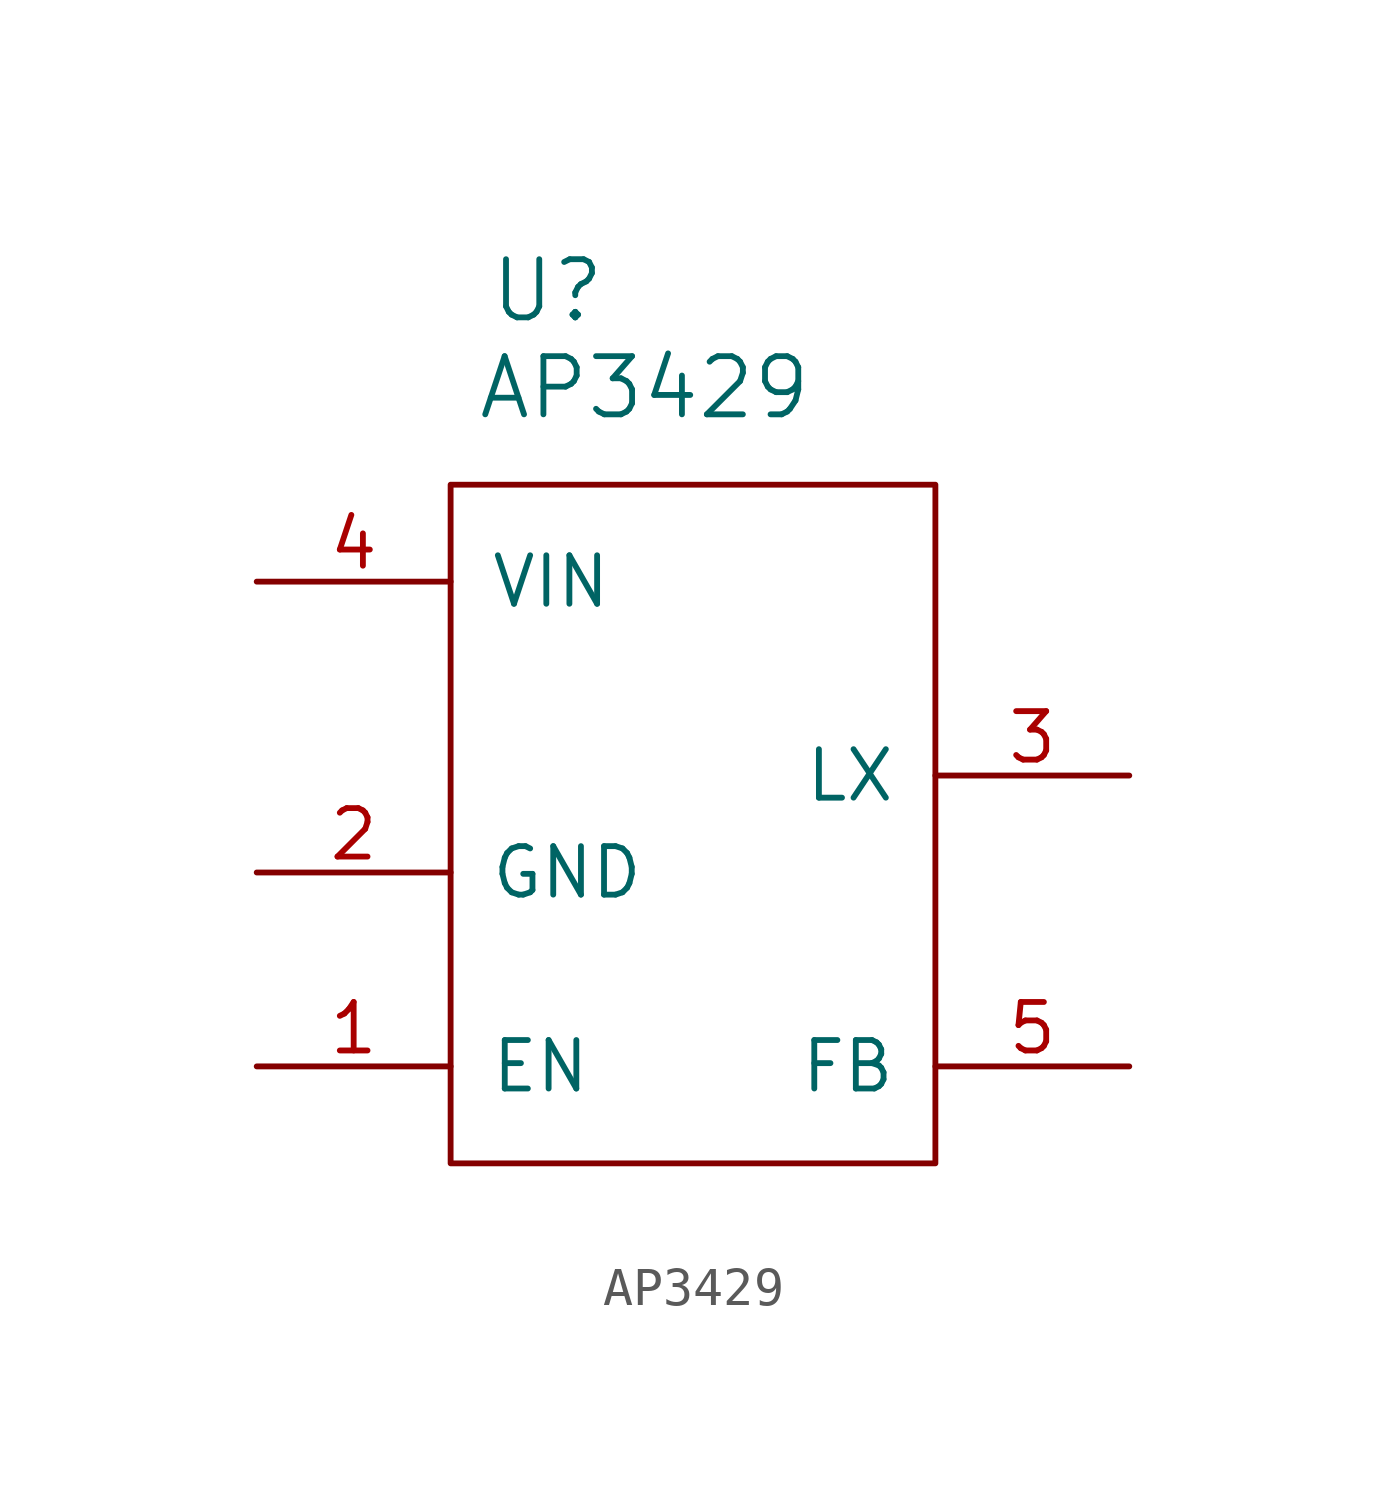
<source format=kicad_sym>
(kicad_symbol_lib
  (version 20211014)
  (generator kicad_symbol_editor)
  (symbol "AP3429"
    (pin_names
      (offset 1.016))
    (property "Reference" "U"
      (at -2.54 12.7 0)
      (effects (font (size 1.524 1.524))))
    (property "Value" "AP3429"
      (at 0 10.16 0)
      (effects (font (size 1.524 1.524))))
    (symbol "AP3429_0_1"
      (rectangle (start -5.08 7.62) (end 7.62 -10.16) (stroke (width 0) (type default) (color 0 0 0 0)) (fill (type none)))
      (pin input line (at -10.16 -7.62 0) (length 5.08) (name "EN" (effects (font (size 1.27 1.27)))) (number "1" (effects (font (size 1.27 1.27)))))
      (pin output line (at 12.7 0 180) (length 5.08) (name "LX" (effects (font (size 1.27 1.27)))) (number "3" (effects (font (size 1.27 1.27)))))
      (pin input line (at 12.7 -7.62 180) (length 5.08) (name "FB" (effects (font (size 1.27 1.27)))) (number "5" (effects (font (size 1.27 1.27))))))
    (symbol "AP3429_1_1"
      (pin power_in line (at -10.16 -2.54 0) (length 5.08) (name "GND" (effects (font (size 1.27 1.27)))) (number "2" (effects (font (size 1.27 1.27)))))
      (pin power_in line (at -10.16 5.08 0) (length 5.08) (name "VIN" (effects (font (size 1.27 1.27)))) (number "4" (effects (font (size 1.27 1.27))))))))
</source>
